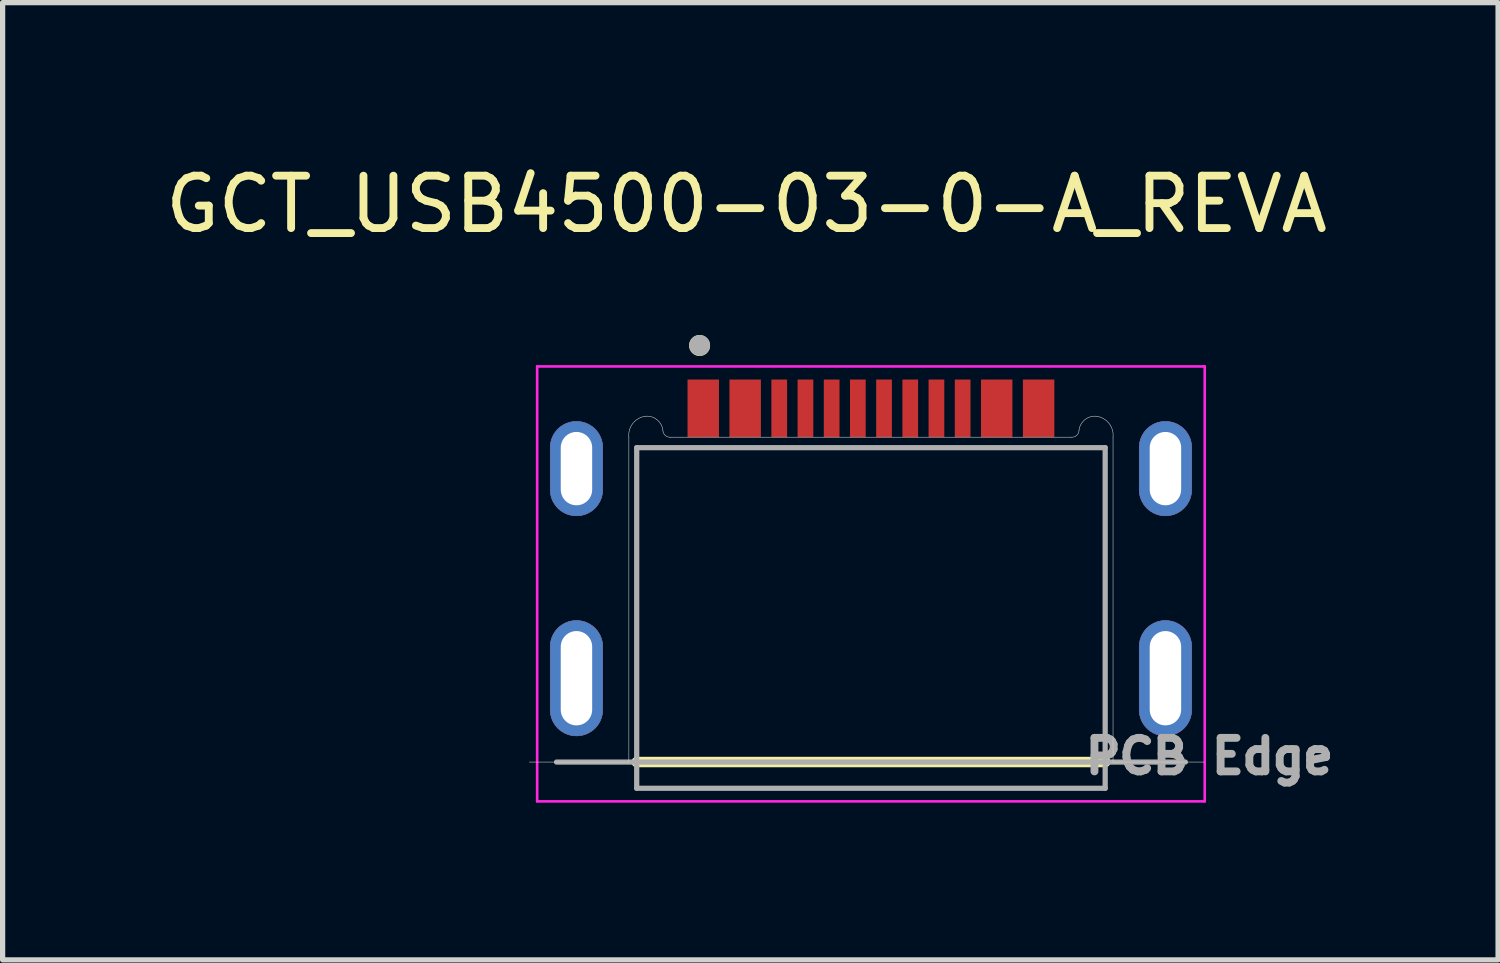
<source format=kicad_pcb>
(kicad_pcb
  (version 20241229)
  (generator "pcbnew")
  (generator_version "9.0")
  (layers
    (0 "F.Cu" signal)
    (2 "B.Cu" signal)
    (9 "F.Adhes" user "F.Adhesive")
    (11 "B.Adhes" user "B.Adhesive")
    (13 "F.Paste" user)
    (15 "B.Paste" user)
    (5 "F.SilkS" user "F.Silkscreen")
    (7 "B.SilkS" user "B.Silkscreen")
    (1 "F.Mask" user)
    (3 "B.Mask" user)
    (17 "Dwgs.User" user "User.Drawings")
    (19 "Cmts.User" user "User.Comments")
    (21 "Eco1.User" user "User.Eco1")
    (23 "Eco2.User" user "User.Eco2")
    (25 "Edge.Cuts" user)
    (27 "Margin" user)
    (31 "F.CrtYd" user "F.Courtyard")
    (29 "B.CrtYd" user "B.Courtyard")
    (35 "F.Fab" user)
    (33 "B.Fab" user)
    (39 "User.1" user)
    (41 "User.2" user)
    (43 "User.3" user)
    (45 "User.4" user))
  (footprint "GCT_USB4500-03-0-A_REVA"
    (layer "F.Cu")
    (at 13.571 9.893)
    (property "Reference" "GCT_USB4500-03-0-A_REVA" (at -2.375 -9.045 0) (layer "F.SilkS") (effects (font (size 1 1) (thickness 0.15))))
    (attr smd)
    (fp_poly (pts (xy -5.62 -3.1) (xy -5.646 -3.101) (xy -5.672 -3.103) (xy -5.698 -3.106) (xy -5.724 -3.111) (xy -5.749 -3.117) (xy -5.775 -3.124) (xy -5.799 -3.133) (xy -5.823 -3.143) (xy -5.847 -3.154) (xy -5.87 -3.167) (xy -5.892 -3.181) (xy -5.914 -3.195) (xy -5.935 -3.211) (xy -5.955 -3.228) (xy -5.974 -3.246) (xy -5.992 -3.265) (xy -6.009 -3.285) (xy -6.025 -3.306) (xy -6.039 -3.328) (xy -6.053 -3.35) (xy -6.066 -3.373) (xy -6.077 -3.397) (xy -6.087 -3.421) (xy -6.096 -3.445) (xy -6.103 -3.471) (xy -6.109 -3.496) (xy -6.114 -3.522) (xy -6.117 -3.548) (xy -6.119 -3.574) (xy -6.12 -3.6) (xy -6.12 -4.4) (xy -6.119 -4.426) (xy -6.117 -4.452) (xy -6.114 -4.478) (xy -6.109 -4.504) (xy -6.103 -4.529) (xy -6.096 -4.555) (xy -6.087 -4.579) (xy -6.077 -4.603) (xy -6.066 -4.627) (xy -6.053 -4.65) (xy -6.039 -4.672) (xy -6.025 -4.694) (xy -6.009 -4.715) (xy -5.992 -4.735) (xy -5.974 -4.754) (xy -5.955 -4.772) (xy -5.935 -4.789) (xy -5.914 -4.805) (xy -5.892 -4.819) (xy -5.87 -4.833) (xy -5.847 -4.846) (xy -5.823 -4.857) (xy -5.799 -4.867) (xy -5.775 -4.876) (xy -5.749 -4.883) (xy -5.724 -4.889) (xy -5.698 -4.894) (xy -5.672 -4.897) (xy -5.646 -4.899) (xy -5.62 -4.9) (xy -5.594 -4.899) (xy -5.568 -4.897) (xy -5.542 -4.894) (xy -5.516 -4.889) (xy -5.491 -4.883) (xy -5.465 -4.876) (xy -5.441 -4.867) (xy -5.417 -4.857) (xy -5.393 -4.846) (xy -5.37 -4.833) (xy -5.348 -4.819) (xy -5.326 -4.805) (xy -5.305 -4.789) (xy -5.285 -4.772) (xy -5.266 -4.754) (xy -5.248 -4.735) (xy -5.231 -4.715) (xy -5.215 -4.694) (xy -5.201 -4.672) (xy -5.187 -4.65) (xy -5.174 -4.627) (xy -5.163 -4.603) (xy -5.153 -4.579) (xy -5.144 -4.555) (xy -5.137 -4.529) (xy -5.131 -4.504) (xy -5.126 -4.478) (xy -5.123 -4.452) (xy -5.121 -4.426) (xy -5.12 -4.4) (xy -5.12 -3.6) (xy -5.121 -3.574) (xy -5.123 -3.548) (xy -5.126 -3.522) (xy -5.131 -3.496) (xy -5.137 -3.471) (xy -5.144 -3.445) (xy -5.153 -3.421) (xy -5.163 -3.397) (xy -5.174 -3.373) (xy -5.187 -3.35) (xy -5.201 -3.328) (xy -5.215 -3.306) (xy -5.231 -3.285) (xy -5.248 -3.265) (xy -5.266 -3.246) (xy -5.285 -3.228) (xy -5.305 -3.211) (xy -5.326 -3.195) (xy -5.348 -3.181) (xy -5.37 -3.167) (xy -5.393 -3.154) (xy -5.417 -3.143) (xy -5.441 -3.133) (xy -5.465 -3.124) (xy -5.491 -3.117) (xy -5.516 -3.111) (xy -5.542 -3.106) (xy -5.568 -3.103) (xy -5.594 -3.101) (xy -5.62 -3.1)) (stroke (width 0.01) (type solid)) (fill yes) (layer "F.Cu"))
    (fp_poly (pts (xy -5.62 1.1) (xy -5.646 1.099) (xy -5.672 1.097) (xy -5.698 1.094) (xy -5.724 1.089) (xy -5.749 1.083) (xy -5.775 1.076) (xy -5.799 1.067) (xy -5.823 1.057) (xy -5.847 1.046) (xy -5.87 1.033) (xy -5.892 1.019) (xy -5.914 1.005) (xy -5.935 0.989) (xy -5.955 0.972) (xy -5.974 0.954) (xy -5.992 0.935) (xy -6.009 0.915) (xy -6.025 0.894) (xy -6.039 0.872) (xy -6.053 0.85) (xy -6.066 0.827) (xy -6.077 0.803) (xy -6.087 0.779) (xy -6.096 0.755) (xy -6.103 0.729) (xy -6.109 0.704) (xy -6.114 0.678) (xy -6.117 0.652) (xy -6.119 0.626) (xy -6.12 0.6) (xy -6.12 -0.6) (xy -6.119 -0.626) (xy -6.117 -0.652) (xy -6.114 -0.678) (xy -6.109 -0.704) (xy -6.103 -0.729) (xy -6.096 -0.755) (xy -6.087 -0.779) (xy -6.077 -0.803) (xy -6.066 -0.827) (xy -6.053 -0.85) (xy -6.039 -0.872) (xy -6.025 -0.894) (xy -6.009 -0.915) (xy -5.992 -0.935) (xy -5.974 -0.954) (xy -5.955 -0.972) (xy -5.935 -0.989) (xy -5.914 -1.005) (xy -5.892 -1.019) (xy -5.87 -1.033) (xy -5.847 -1.046) (xy -5.823 -1.057) (xy -5.799 -1.067) (xy -5.775 -1.076) (xy -5.749 -1.083) (xy -5.724 -1.089) (xy -5.698 -1.094) (xy -5.672 -1.097) (xy -5.646 -1.099) (xy -5.62 -1.1) (xy -5.594 -1.099) (xy -5.568 -1.097) (xy -5.542 -1.094) (xy -5.516 -1.089) (xy -5.491 -1.083) (xy -5.465 -1.076) (xy -5.441 -1.067) (xy -5.417 -1.057) (xy -5.393 -1.046) (xy -5.37 -1.033) (xy -5.348 -1.019) (xy -5.326 -1.005) (xy -5.305 -0.989) (xy -5.285 -0.972) (xy -5.266 -0.954) (xy -5.248 -0.935) (xy -5.231 -0.915) (xy -5.215 -0.894) (xy -5.201 -0.872) (xy -5.187 -0.85) (xy -5.174 -0.827) (xy -5.163 -0.803) (xy -5.153 -0.779) (xy -5.144 -0.755) (xy -5.137 -0.729) (xy -5.131 -0.704) (xy -5.126 -0.678) (xy -5.123 -0.652) (xy -5.121 -0.626) (xy -5.12 -0.6) (xy -5.12 0.6) (xy -5.121 0.626) (xy -5.123 0.652) (xy -5.126 0.678) (xy -5.131 0.704) (xy -5.137 0.729) (xy -5.144 0.755) (xy -5.153 0.779) (xy -5.163 0.803) (xy -5.174 0.827) (xy -5.187 0.85) (xy -5.201 0.872) (xy -5.215 0.894) (xy -5.231 0.915) (xy -5.248 0.935) (xy -5.266 0.954) (xy -5.285 0.972) (xy -5.305 0.989) (xy -5.326 1.005) (xy -5.348 1.019) (xy -5.37 1.033) (xy -5.393 1.046) (xy -5.417 1.057) (xy -5.441 1.067) (xy -5.465 1.076) (xy -5.491 1.083) (xy -5.516 1.089) (xy -5.542 1.094) (xy -5.568 1.097) (xy -5.594 1.099) (xy -5.62 1.1)) (stroke (width 0.01) (type solid)) (fill yes) (layer "F.Cu"))
    (fp_poly (pts (xy 5.62 -3.1) (xy 5.594 -3.101) (xy 5.568 -3.103) (xy 5.542 -3.106) (xy 5.516 -3.111) (xy 5.491 -3.117) (xy 5.465 -3.124) (xy 5.441 -3.133) (xy 5.417 -3.143) (xy 5.393 -3.154) (xy 5.37 -3.167) (xy 5.348 -3.181) (xy 5.326 -3.195) (xy 5.305 -3.211) (xy 5.285 -3.228) (xy 5.266 -3.246) (xy 5.248 -3.265) (xy 5.231 -3.285) (xy 5.215 -3.306) (xy 5.201 -3.328) (xy 5.187 -3.35) (xy 5.174 -3.373) (xy 5.163 -3.397) (xy 5.153 -3.421) (xy 5.144 -3.445) (xy 5.137 -3.471) (xy 5.131 -3.496) (xy 5.126 -3.522) (xy 5.123 -3.548) (xy 5.121 -3.574) (xy 5.12 -3.6) (xy 5.12 -4.4) (xy 5.121 -4.426) (xy 5.123 -4.452) (xy 5.126 -4.478) (xy 5.131 -4.504) (xy 5.137 -4.529) (xy 5.144 -4.555) (xy 5.153 -4.579) (xy 5.163 -4.603) (xy 5.174 -4.627) (xy 5.187 -4.65) (xy 5.201 -4.672) (xy 5.215 -4.694) (xy 5.231 -4.715) (xy 5.248 -4.735) (xy 5.266 -4.754) (xy 5.285 -4.772) (xy 5.305 -4.789) (xy 5.326 -4.805) (xy 5.348 -4.819) (xy 5.37 -4.833) (xy 5.393 -4.846) (xy 5.417 -4.857) (xy 5.441 -4.867) (xy 5.465 -4.876) (xy 5.491 -4.883) (xy 5.516 -4.889) (xy 5.542 -4.894) (xy 5.568 -4.897) (xy 5.594 -4.899) (xy 5.62 -4.9) (xy 5.646 -4.899) (xy 5.672 -4.897) (xy 5.698 -4.894) (xy 5.724 -4.889) (xy 5.749 -4.883) (xy 5.775 -4.876) (xy 5.799 -4.867) (xy 5.823 -4.857) (xy 5.847 -4.846) (xy 5.87 -4.833) (xy 5.892 -4.819) (xy 5.914 -4.805) (xy 5.935 -4.789) (xy 5.955 -4.772) (xy 5.974 -4.754) (xy 5.992 -4.735) (xy 6.009 -4.715) (xy 6.025 -4.694) (xy 6.039 -4.672) (xy 6.053 -4.65) (xy 6.066 -4.627) (xy 6.077 -4.603) (xy 6.087 -4.579) (xy 6.096 -4.555) (xy 6.103 -4.529) (xy 6.109 -4.504) (xy 6.114 -4.478) (xy 6.117 -4.452) (xy 6.119 -4.426) (xy 6.12 -4.4) (xy 6.12 -3.6) (xy 6.119 -3.574) (xy 6.117 -3.548) (xy 6.114 -3.522) (xy 6.109 -3.496) (xy 6.103 -3.471) (xy 6.096 -3.445) (xy 6.087 -3.421) (xy 6.077 -3.397) (xy 6.066 -3.373) (xy 6.053 -3.35) (xy 6.039 -3.328) (xy 6.025 -3.306) (xy 6.009 -3.285) (xy 5.992 -3.265) (xy 5.974 -3.246) (xy 5.955 -3.228) (xy 5.935 -3.211) (xy 5.914 -3.195) (xy 5.892 -3.181) (xy 5.87 -3.167) (xy 5.847 -3.154) (xy 5.823 -3.143) (xy 5.799 -3.133) (xy 5.775 -3.124) (xy 5.749 -3.117) (xy 5.724 -3.111) (xy 5.698 -3.106) (xy 5.672 -3.103) (xy 5.646 -3.101) (xy 5.62 -3.1)) (stroke (width 0.01) (type solid)) (fill yes) (layer "F.Cu"))
    (fp_poly (pts (xy 5.62 1.1) (xy 5.594 1.099) (xy 5.568 1.097) (xy 5.542 1.094) (xy 5.516 1.089) (xy 5.491 1.083) (xy 5.465 1.076) (xy 5.441 1.067) (xy 5.417 1.057) (xy 5.393 1.046) (xy 5.37 1.033) (xy 5.348 1.019) (xy 5.326 1.005) (xy 5.305 0.989) (xy 5.285 0.972) (xy 5.266 0.954) (xy 5.248 0.935) (xy 5.231 0.915) (xy 5.215 0.894) (xy 5.201 0.872) (xy 5.187 0.85) (xy 5.174 0.827) (xy 5.163 0.803) (xy 5.153 0.779) (xy 5.144 0.755) (xy 5.137 0.729) (xy 5.131 0.704) (xy 5.126 0.678) (xy 5.123 0.652) (xy 5.121 0.626) (xy 5.12 0.6) (xy 5.12 -0.6) (xy 5.121 -0.626) (xy 5.123 -0.652) (xy 5.126 -0.678) (xy 5.131 -0.704) (xy 5.137 -0.729) (xy 5.144 -0.755) (xy 5.153 -0.779) (xy 5.163 -0.803) (xy 5.174 -0.827) (xy 5.187 -0.85) (xy 5.201 -0.872) (xy 5.215 -0.894) (xy 5.231 -0.915) (xy 5.248 -0.935) (xy 5.266 -0.954) (xy 5.285 -0.972) (xy 5.305 -0.989) (xy 5.326 -1.005) (xy 5.348 -1.019) (xy 5.37 -1.033) (xy 5.393 -1.046) (xy 5.417 -1.057) (xy 5.441 -1.067) (xy 5.465 -1.076) (xy 5.491 -1.083) (xy 5.516 -1.089) (xy 5.542 -1.094) (xy 5.568 -1.097) (xy 5.594 -1.099) (xy 5.62 -1.1) (xy 5.646 -1.099) (xy 5.672 -1.097) (xy 5.698 -1.094) (xy 5.724 -1.089) (xy 5.749 -1.083) (xy 5.775 -1.076) (xy 5.799 -1.067) (xy 5.823 -1.057) (xy 5.847 -1.046) (xy 5.87 -1.033) (xy 5.892 -1.019) (xy 5.914 -1.005) (xy 5.935 -0.989) (xy 5.955 -0.972) (xy 5.974 -0.954) (xy 5.992 -0.935) (xy 6.009 -0.915) (xy 6.025 -0.894) (xy 6.039 -0.872) (xy 6.053 -0.85) (xy 6.066 -0.827) (xy 6.077 -0.803) (xy 6.087 -0.779) (xy 6.096 -0.755) (xy 6.103 -0.729) (xy 6.109 -0.704) (xy 6.114 -0.678) (xy 6.117 -0.652) (xy 6.119 -0.626) (xy 6.12 -0.6) (xy 6.12 0.6) (xy 6.119 0.626) (xy 6.117 0.652) (xy 6.114 0.678) (xy 6.109 0.704) (xy 6.103 0.729) (xy 6.096 0.755) (xy 6.087 0.779) (xy 6.077 0.803) (xy 6.066 0.827) (xy 6.053 0.85) (xy 6.039 0.872) (xy 6.025 0.894) (xy 6.009 0.915) (xy 5.992 0.935) (xy 5.974 0.954) (xy 5.955 0.972) (xy 5.935 0.989) (xy 5.914 1.005) (xy 5.892 1.019) (xy 5.87 1.033) (xy 5.847 1.046) (xy 5.823 1.057) (xy 5.799 1.067) (xy 5.775 1.076) (xy 5.749 1.083) (xy 5.724 1.089) (xy 5.698 1.094) (xy 5.672 1.097) (xy 5.646 1.099) (xy 5.62 1.1)) (stroke (width 0.01) (type solid)) (fill yes) (layer "F.Cu"))
    (fp_poly (pts (xy -6.22 -3.6) (xy -6.22 -4.4) (xy -6.219 -4.431) (xy -6.217 -4.463) (xy -6.213 -4.494) (xy -6.207 -4.525) (xy -6.2 -4.555) (xy -6.191 -4.585) (xy -6.18 -4.615) (xy -6.168 -4.644) (xy -6.155 -4.672) (xy -6.14 -4.7) (xy -6.123 -4.727) (xy -6.105 -4.753) (xy -6.086 -4.778) (xy -6.066 -4.801) (xy -6.044 -4.824) (xy -6.021 -4.846) (xy -5.998 -4.866) (xy -5.973 -4.885) (xy -5.947 -4.903) (xy -5.92 -4.92) (xy -5.892 -4.935) (xy -5.864 -4.948) (xy -5.835 -4.96) (xy -5.805 -4.971) (xy -5.775 -4.98) (xy -5.745 -4.987) (xy -5.714 -4.993) (xy -5.683 -4.997) (xy -5.651 -4.999) (xy -5.62 -5) (xy -5.589 -4.999) (xy -5.557 -4.997) (xy -5.526 -4.993) (xy -5.495 -4.987) (xy -5.465 -4.98) (xy -5.435 -4.971) (xy -5.405 -4.96) (xy -5.376 -4.948) (xy -5.348 -4.935) (xy -5.32 -4.92) (xy -5.293 -4.903) (xy -5.267 -4.885) (xy -5.242 -4.866) (xy -5.219 -4.846) (xy -5.196 -4.824) (xy -5.174 -4.801) (xy -5.154 -4.778) (xy -5.135 -4.753) (xy -5.117 -4.727) (xy -5.1 -4.7) (xy -5.085 -4.672) (xy -5.072 -4.644) (xy -5.06 -4.615) (xy -5.049 -4.585) (xy -5.04 -4.555) (xy -5.033 -4.525) (xy -5.027 -4.494) (xy -5.023 -4.463) (xy -5.021 -4.431) (xy -5.02 -4.4) (xy -5.02 -3.6) (xy -5.021 -3.569) (xy -5.023 -3.537) (xy -5.027 -3.506) (xy -5.033 -3.475) (xy -5.04 -3.445) (xy -5.049 -3.415) (xy -5.06 -3.385) (xy -5.072 -3.356) (xy -5.085 -3.328) (xy -5.1 -3.3) (xy -5.117 -3.273) (xy -5.135 -3.247) (xy -5.154 -3.222) (xy -5.174 -3.199) (xy -5.196 -3.176) (xy -5.219 -3.154) (xy -5.242 -3.134) (xy -5.267 -3.115) (xy -5.293 -3.097) (xy -5.32 -3.08) (xy -5.348 -3.065) (xy -5.376 -3.052) (xy -5.405 -3.04) (xy -5.435 -3.029) (xy -5.465 -3.02) (xy -5.495 -3.013) (xy -5.526 -3.007) (xy -5.557 -3.003) (xy -5.589 -3.001) (xy -5.62 -3) (xy -5.651 -3.001) (xy -5.683 -3.003) (xy -5.714 -3.007) (xy -5.745 -3.013) (xy -5.775 -3.02) (xy -5.805 -3.029) (xy -5.835 -3.04) (xy -5.864 -3.052) (xy -5.892 -3.065) (xy -5.92 -3.08) (xy -5.947 -3.097) (xy -5.973 -3.115) (xy -5.998 -3.134) (xy -6.021 -3.154) (xy -6.044 -3.176) (xy -6.066 -3.199) (xy -6.086 -3.222) (xy -6.105 -3.247) (xy -6.123 -3.273) (xy -6.14 -3.3) (xy -6.155 -3.328) (xy -6.168 -3.356) (xy -6.18 -3.385) (xy -6.191 -3.415) (xy -6.2 -3.445) (xy -6.207 -3.475) (xy -6.213 -3.506) (xy -6.217 -3.537) (xy -6.219 -3.569) (xy -6.22 -3.6)) (stroke (width 0.01) (type solid)) (fill yes) (layer "F.Mask"))
    (fp_poly (pts (xy -6.22 0.6) (xy -6.22 -0.6) (xy -6.219 -0.631) (xy -6.217 -0.663) (xy -6.213 -0.694) (xy -6.207 -0.725) (xy -6.2 -0.755) (xy -6.191 -0.785) (xy -6.18 -0.815) (xy -6.168 -0.844) (xy -6.155 -0.872) (xy -6.14 -0.9) (xy -6.123 -0.927) (xy -6.105 -0.953) (xy -6.086 -0.978) (xy -6.066 -1.001) (xy -6.044 -1.024) (xy -6.021 -1.046) (xy -5.998 -1.066) (xy -5.973 -1.085) (xy -5.947 -1.103) (xy -5.92 -1.12) (xy -5.892 -1.135) (xy -5.864 -1.148) (xy -5.835 -1.16) (xy -5.805 -1.171) (xy -5.775 -1.18) (xy -5.745 -1.187) (xy -5.714 -1.193) (xy -5.683 -1.197) (xy -5.651 -1.199) (xy -5.62 -1.2) (xy -5.589 -1.199) (xy -5.557 -1.197) (xy -5.526 -1.193) (xy -5.495 -1.187) (xy -5.465 -1.18) (xy -5.435 -1.171) (xy -5.405 -1.16) (xy -5.376 -1.148) (xy -5.348 -1.135) (xy -5.32 -1.12) (xy -5.293 -1.103) (xy -5.267 -1.085) (xy -5.242 -1.066) (xy -5.219 -1.046) (xy -5.196 -1.024) (xy -5.174 -1.001) (xy -5.154 -0.978) (xy -5.135 -0.953) (xy -5.117 -0.927) (xy -5.1 -0.9) (xy -5.085 -0.872) (xy -5.072 -0.844) (xy -5.06 -0.815) (xy -5.049 -0.785) (xy -5.04 -0.755) (xy -5.033 -0.725) (xy -5.027 -0.694) (xy -5.023 -0.663) (xy -5.021 -0.631) (xy -5.02 -0.6) (xy -5.02 0.6) (xy -5.021 0.631) (xy -5.023 0.663) (xy -5.027 0.694) (xy -5.033 0.725) (xy -5.04 0.755) (xy -5.049 0.785) (xy -5.06 0.815) (xy -5.072 0.844) (xy -5.085 0.872) (xy -5.1 0.9) (xy -5.117 0.927) (xy -5.135 0.953) (xy -5.154 0.978) (xy -5.174 1.001) (xy -5.196 1.024) (xy -5.219 1.046) (xy -5.242 1.066) (xy -5.267 1.085) (xy -5.293 1.103) (xy -5.32 1.12) (xy -5.348 1.135) (xy -5.376 1.148) (xy -5.405 1.16) (xy -5.435 1.171) (xy -5.465 1.18) (xy -5.495 1.187) (xy -5.526 1.193) (xy -5.557 1.197) (xy -5.589 1.199) (xy -5.62 1.2) (xy -5.651 1.199) (xy -5.683 1.197) (xy -5.714 1.193) (xy -5.745 1.187) (xy -5.775 1.18) (xy -5.805 1.171) (xy -5.835 1.16) (xy -5.864 1.148) (xy -5.892 1.135) (xy -5.92 1.12) (xy -5.947 1.103) (xy -5.973 1.085) (xy -5.998 1.066) (xy -6.021 1.046) (xy -6.044 1.024) (xy -6.066 1.001) (xy -6.086 0.978) (xy -6.105 0.953) (xy -6.123 0.927) (xy -6.14 0.9) (xy -6.155 0.872) (xy -6.168 0.844) (xy -6.18 0.815) (xy -6.191 0.785) (xy -6.2 0.755) (xy -6.207 0.725) (xy -6.213 0.694) (xy -6.217 0.663) (xy -6.219 0.631) (xy -6.22 0.6)) (stroke (width 0.01) (type solid)) (fill yes) (layer "F.Mask"))
    (fp_poly (pts (xy 5.02 -3.6) (xy 5.02 -4.4) (xy 5.021 -4.431) (xy 5.023 -4.463) (xy 5.027 -4.494) (xy 5.033 -4.525) (xy 5.04 -4.555) (xy 5.049 -4.585) (xy 5.06 -4.615) (xy 5.072 -4.644) (xy 5.085 -4.672) (xy 5.1 -4.7) (xy 5.117 -4.727) (xy 5.135 -4.753) (xy 5.154 -4.778) (xy 5.174 -4.801) (xy 5.196 -4.824) (xy 5.219 -4.846) (xy 5.242 -4.866) (xy 5.267 -4.885) (xy 5.293 -4.903) (xy 5.32 -4.92) (xy 5.348 -4.935) (xy 5.376 -4.948) (xy 5.405 -4.96) (xy 5.435 -4.971) (xy 5.465 -4.98) (xy 5.495 -4.987) (xy 5.526 -4.993) (xy 5.557 -4.997) (xy 5.589 -4.999) (xy 5.62 -5) (xy 5.651 -4.999) (xy 5.683 -4.997) (xy 5.714 -4.993) (xy 5.745 -4.987) (xy 5.775 -4.98) (xy 5.805 -4.971) (xy 5.835 -4.96) (xy 5.864 -4.948) (xy 5.892 -4.935) (xy 5.92 -4.92) (xy 5.947 -4.903) (xy 5.973 -4.885) (xy 5.998 -4.866) (xy 6.021 -4.846) (xy 6.044 -4.824) (xy 6.066 -4.801) (xy 6.086 -4.778) (xy 6.105 -4.753) (xy 6.123 -4.727) (xy 6.14 -4.7) (xy 6.155 -4.672) (xy 6.168 -4.644) (xy 6.18 -4.615) (xy 6.191 -4.585) (xy 6.2 -4.555) (xy 6.207 -4.525) (xy 6.213 -4.494) (xy 6.217 -4.463) (xy 6.219 -4.431) (xy 6.22 -4.4) (xy 6.22 -3.6) (xy 6.219 -3.569) (xy 6.217 -3.537) (xy 6.213 -3.506) (xy 6.207 -3.475) (xy 6.2 -3.445) (xy 6.191 -3.415) (xy 6.18 -3.385) (xy 6.168 -3.356) (xy 6.155 -3.328) (xy 6.14 -3.3) (xy 6.123 -3.273) (xy 6.105 -3.247) (xy 6.086 -3.222) (xy 6.066 -3.199) (xy 6.044 -3.176) (xy 6.021 -3.154) (xy 5.998 -3.134) (xy 5.973 -3.115) (xy 5.947 -3.097) (xy 5.92 -3.08) (xy 5.892 -3.065) (xy 5.864 -3.052) (xy 5.835 -3.04) (xy 5.805 -3.029) (xy 5.775 -3.02) (xy 5.745 -3.013) (xy 5.714 -3.007) (xy 5.683 -3.003) (xy 5.651 -3.001) (xy 5.62 -3) (xy 5.589 -3.001) (xy 5.557 -3.003) (xy 5.526 -3.007) (xy 5.495 -3.013) (xy 5.465 -3.02) (xy 5.435 -3.029) (xy 5.405 -3.04) (xy 5.376 -3.052) (xy 5.348 -3.065) (xy 5.32 -3.08) (xy 5.293 -3.097) (xy 5.267 -3.115) (xy 5.242 -3.134) (xy 5.219 -3.154) (xy 5.196 -3.176) (xy 5.174 -3.199) (xy 5.154 -3.222) (xy 5.135 -3.247) (xy 5.117 -3.273) (xy 5.1 -3.3) (xy 5.085 -3.328) (xy 5.072 -3.356) (xy 5.06 -3.385) (xy 5.049 -3.415) (xy 5.04 -3.445) (xy 5.033 -3.475) (xy 5.027 -3.506) (xy 5.023 -3.537) (xy 5.021 -3.569) (xy 5.02 -3.6)) (stroke (width 0.01) (type solid)) (fill yes) (layer "F.Mask"))
    (fp_poly (pts (xy 5.02 0) (xy 5.02 -0.6) (xy 5.021 -0.631) (xy 5.023 -0.663) (xy 5.027 -0.694) (xy 5.033 -0.725) (xy 5.04 -0.755) (xy 5.049 -0.785) (xy 5.06 -0.815) (xy 5.072 -0.844) (xy 5.085 -0.872) (xy 5.1 -0.9) (xy 5.117 -0.927) (xy 5.135 -0.953) (xy 5.154 -0.978) (xy 5.174 -1.001) (xy 5.196 -1.024) (xy 5.219 -1.046) (xy 5.242 -1.066) (xy 5.267 -1.085) (xy 5.293 -1.103) (xy 5.32 -1.12) (xy 5.348 -1.135) (xy 5.376 -1.148) (xy 5.405 -1.16) (xy 5.435 -1.171) (xy 5.465 -1.18) (xy 5.495 -1.187) (xy 5.526 -1.193) (xy 5.557 -1.197) (xy 5.589 -1.199) (xy 5.62 -1.2) (xy 5.651 -1.199) (xy 5.683 -1.197) (xy 5.714 -1.193) (xy 5.745 -1.187) (xy 5.775 -1.18) (xy 5.805 -1.171) (xy 5.835 -1.16) (xy 5.864 -1.148) (xy 5.892 -1.135) (xy 5.92 -1.12) (xy 5.947 -1.103) (xy 5.973 -1.085) (xy 5.998 -1.066) (xy 6.021 -1.046) (xy 6.044 -1.024) (xy 6.066 -1.001) (xy 6.086 -0.978) (xy 6.105 -0.953) (xy 6.123 -0.927) (xy 6.14 -0.9) (xy 6.155 -0.872) (xy 6.168 -0.844) (xy 6.18 -0.815) (xy 6.191 -0.785) (xy 6.2 -0.755) (xy 6.207 -0.725) (xy 6.213 -0.694) (xy 6.217 -0.663) (xy 6.219 -0.631) (xy 6.22 -0.6) (xy 6.22 0) (xy 6.22 0.6) (xy 6.219 0.631) (xy 6.217 0.663) (xy 6.213 0.694) (xy 6.207 0.725) (xy 6.2 0.755) (xy 6.191 0.785) (xy 6.18 0.815) (xy 6.168 0.844) (xy 6.155 0.872) (xy 6.14 0.9) (xy 6.123 0.927) (xy 6.105 0.953) (xy 6.086 0.978) (xy 6.066 1.001) (xy 6.044 1.024) (xy 6.021 1.046) (xy 5.998 1.066) (xy 5.973 1.085) (xy 5.947 1.103) (xy 5.92 1.12) (xy 5.892 1.135) (xy 5.864 1.148) (xy 5.835 1.16) (xy 5.805 1.171) (xy 5.775 1.18) (xy 5.745 1.187) (xy 5.714 1.193) (xy 5.683 1.197) (xy 5.651 1.199) (xy 5.62 1.2) (xy 5.589 1.199) (xy 5.557 1.197) (xy 5.526 1.193) (xy 5.495 1.187) (xy 5.465 1.18) (xy 5.435 1.171) (xy 5.405 1.16) (xy 5.376 1.148) (xy 5.348 1.135) (xy 5.32 1.12) (xy 5.293 1.103) (xy 5.267 1.085) (xy 5.242 1.066) (xy 5.219 1.046) (xy 5.196 1.024) (xy 5.174 1.001) (xy 5.154 0.978) (xy 5.135 0.953) (xy 5.117 0.927) (xy 5.1 0.9) (xy 5.085 0.872) (xy 5.072 0.844) (xy 5.06 0.815) (xy 5.049 0.785) (xy 5.04 0.755) (xy 5.033 0.725) (xy 5.027 0.694) (xy 5.023 0.663) (xy 5.021 0.631) (xy 5.02 0.6) (xy 5.02 0)) (stroke (width 0.01) (type solid)) (fill yes) (layer "F.Mask"))
    (fp_poly (pts (xy -5.62 -3.1) (xy -5.646 -3.101) (xy -5.672 -3.103) (xy -5.698 -3.106) (xy -5.724 -3.111) (xy -5.749 -3.117) (xy -5.775 -3.124) (xy -5.799 -3.133) (xy -5.823 -3.143) (xy -5.847 -3.154) (xy -5.87 -3.167) (xy -5.892 -3.181) (xy -5.914 -3.195) (xy -5.935 -3.211) (xy -5.955 -3.228) (xy -5.974 -3.246) (xy -5.992 -3.265) (xy -6.009 -3.285) (xy -6.025 -3.306) (xy -6.039 -3.328) (xy -6.053 -3.35) (xy -6.066 -3.373) (xy -6.077 -3.397) (xy -6.087 -3.421) (xy -6.096 -3.445) (xy -6.103 -3.471) (xy -6.109 -3.496) (xy -6.114 -3.522) (xy -6.117 -3.548) (xy -6.119 -3.574) (xy -6.12 -3.6) (xy -6.12 -4.4) (xy -6.119 -4.426) (xy -6.117 -4.452) (xy -6.114 -4.478) (xy -6.109 -4.504) (xy -6.103 -4.529) (xy -6.096 -4.555) (xy -6.087 -4.579) (xy -6.077 -4.603) (xy -6.066 -4.627) (xy -6.053 -4.65) (xy -6.039 -4.672) (xy -6.025 -4.694) (xy -6.009 -4.715) (xy -5.992 -4.735) (xy -5.974 -4.754) (xy -5.955 -4.772) (xy -5.935 -4.789) (xy -5.914 -4.805) (xy -5.892 -4.819) (xy -5.87 -4.833) (xy -5.847 -4.846) (xy -5.823 -4.857) (xy -5.799 -4.867) (xy -5.775 -4.876) (xy -5.749 -4.883) (xy -5.724 -4.889) (xy -5.698 -4.894) (xy -5.672 -4.897) (xy -5.646 -4.899) (xy -5.62 -4.9) (xy -5.594 -4.899) (xy -5.568 -4.897) (xy -5.542 -4.894) (xy -5.516 -4.889) (xy -5.491 -4.883) (xy -5.465 -4.876) (xy -5.441 -4.867) (xy -5.417 -4.857) (xy -5.393 -4.846) (xy -5.37 -4.833) (xy -5.348 -4.819) (xy -5.326 -4.805) (xy -5.305 -4.789) (xy -5.285 -4.772) (xy -5.266 -4.754) (xy -5.248 -4.735) (xy -5.231 -4.715) (xy -5.215 -4.694) (xy -5.201 -4.672) (xy -5.187 -4.65) (xy -5.174 -4.627) (xy -5.163 -4.603) (xy -5.153 -4.579) (xy -5.144 -4.555) (xy -5.137 -4.529) (xy -5.131 -4.504) (xy -5.126 -4.478) (xy -5.123 -4.452) (xy -5.121 -4.426) (xy -5.12 -4.4) (xy -5.12 -3.6) (xy -5.121 -3.574) (xy -5.123 -3.548) (xy -5.126 -3.522) (xy -5.131 -3.496) (xy -5.137 -3.471) (xy -5.144 -3.445) (xy -5.153 -3.421) (xy -5.163 -3.397) (xy -5.174 -3.373) (xy -5.187 -3.35) (xy -5.201 -3.328) (xy -5.215 -3.306) (xy -5.231 -3.285) (xy -5.248 -3.265) (xy -5.266 -3.246) (xy -5.285 -3.228) (xy -5.305 -3.211) (xy -5.326 -3.195) (xy -5.348 -3.181) (xy -5.37 -3.167) (xy -5.393 -3.154) (xy -5.417 -3.143) (xy -5.441 -3.133) (xy -5.465 -3.124) (xy -5.491 -3.117) (xy -5.516 -3.111) (xy -5.542 -3.106) (xy -5.568 -3.103) (xy -5.594 -3.101) (xy -5.62 -3.1)) (stroke (width 0.01) (type solid)) (fill yes) (layer "B.Cu"))
    (fp_poly (pts (xy -5.62 1.1) (xy -5.646 1.099) (xy -5.672 1.097) (xy -5.698 1.094) (xy -5.724 1.089) (xy -5.749 1.083) (xy -5.775 1.076) (xy -5.799 1.067) (xy -5.823 1.057) (xy -5.847 1.046) (xy -5.87 1.033) (xy -5.892 1.019) (xy -5.914 1.005) (xy -5.935 0.989) (xy -5.955 0.972) (xy -5.974 0.954) (xy -5.992 0.935) (xy -6.009 0.915) (xy -6.025 0.894) (xy -6.039 0.872) (xy -6.053 0.85) (xy -6.066 0.827) (xy -6.077 0.803) (xy -6.087 0.779) (xy -6.096 0.755) (xy -6.103 0.729) (xy -6.109 0.704) (xy -6.114 0.678) (xy -6.117 0.652) (xy -6.119 0.626) (xy -6.12 0.6) (xy -6.12 -0.6) (xy -6.119 -0.626) (xy -6.117 -0.652) (xy -6.114 -0.678) (xy -6.109 -0.704) (xy -6.103 -0.729) (xy -6.096 -0.755) (xy -6.087 -0.779) (xy -6.077 -0.803) (xy -6.066 -0.827) (xy -6.053 -0.85) (xy -6.039 -0.872) (xy -6.025 -0.894) (xy -6.009 -0.915) (xy -5.992 -0.935) (xy -5.974 -0.954) (xy -5.955 -0.972) (xy -5.935 -0.989) (xy -5.914 -1.005) (xy -5.892 -1.019) (xy -5.87 -1.033) (xy -5.847 -1.046) (xy -5.823 -1.057) (xy -5.799 -1.067) (xy -5.775 -1.076) (xy -5.749 -1.083) (xy -5.724 -1.089) (xy -5.698 -1.094) (xy -5.672 -1.097) (xy -5.646 -1.099) (xy -5.62 -1.1) (xy -5.594 -1.099) (xy -5.568 -1.097) (xy -5.542 -1.094) (xy -5.516 -1.089) (xy -5.491 -1.083) (xy -5.465 -1.076) (xy -5.441 -1.067) (xy -5.417 -1.057) (xy -5.393 -1.046) (xy -5.37 -1.033) (xy -5.348 -1.019) (xy -5.326 -1.005) (xy -5.305 -0.989) (xy -5.285 -0.972) (xy -5.266 -0.954) (xy -5.248 -0.935) (xy -5.231 -0.915) (xy -5.215 -0.894) (xy -5.201 -0.872) (xy -5.187 -0.85) (xy -5.174 -0.827) (xy -5.163 -0.803) (xy -5.153 -0.779) (xy -5.144 -0.755) (xy -5.137 -0.729) (xy -5.131 -0.704) (xy -5.126 -0.678) (xy -5.123 -0.652) (xy -5.121 -0.626) (xy -5.12 -0.6) (xy -5.12 0.6) (xy -5.121 0.626) (xy -5.123 0.652) (xy -5.126 0.678) (xy -5.131 0.704) (xy -5.137 0.729) (xy -5.144 0.755) (xy -5.153 0.779) (xy -5.163 0.803) (xy -5.174 0.827) (xy -5.187 0.85) (xy -5.201 0.872) (xy -5.215 0.894) (xy -5.231 0.915) (xy -5.248 0.935) (xy -5.266 0.954) (xy -5.285 0.972) (xy -5.305 0.989) (xy -5.326 1.005) (xy -5.348 1.019) (xy -5.37 1.033) (xy -5.393 1.046) (xy -5.417 1.057) (xy -5.441 1.067) (xy -5.465 1.076) (xy -5.491 1.083) (xy -5.516 1.089) (xy -5.542 1.094) (xy -5.568 1.097) (xy -5.594 1.099) (xy -5.62 1.1)) (stroke (width 0.01) (type solid)) (fill yes) (layer "B.Cu"))
    (fp_poly (pts (xy 5.62 -3.1) (xy 5.594 -3.101) (xy 5.568 -3.103) (xy 5.542 -3.106) (xy 5.516 -3.111) (xy 5.491 -3.117) (xy 5.465 -3.124) (xy 5.441 -3.133) (xy 5.417 -3.143) (xy 5.393 -3.154) (xy 5.37 -3.167) (xy 5.348 -3.181) (xy 5.326 -3.195) (xy 5.305 -3.211) (xy 5.285 -3.228) (xy 5.266 -3.246) (xy 5.248 -3.265) (xy 5.231 -3.285) (xy 5.215 -3.306) (xy 5.201 -3.328) (xy 5.187 -3.35) (xy 5.174 -3.373) (xy 5.163 -3.397) (xy 5.153 -3.421) (xy 5.144 -3.445) (xy 5.137 -3.471) (xy 5.131 -3.496) (xy 5.126 -3.522) (xy 5.123 -3.548) (xy 5.121 -3.574) (xy 5.12 -3.6) (xy 5.12 -4.4) (xy 5.121 -4.426) (xy 5.123 -4.452) (xy 5.126 -4.478) (xy 5.131 -4.504) (xy 5.137 -4.529) (xy 5.144 -4.555) (xy 5.153 -4.579) (xy 5.163 -4.603) (xy 5.174 -4.627) (xy 5.187 -4.65) (xy 5.201 -4.672) (xy 5.215 -4.694) (xy 5.231 -4.715) (xy 5.248 -4.735) (xy 5.266 -4.754) (xy 5.285 -4.772) (xy 5.305 -4.789) (xy 5.326 -4.805) (xy 5.348 -4.819) (xy 5.37 -4.833) (xy 5.393 -4.846) (xy 5.417 -4.857) (xy 5.441 -4.867) (xy 5.465 -4.876) (xy 5.491 -4.883) (xy 5.516 -4.889) (xy 5.542 -4.894) (xy 5.568 -4.897) (xy 5.594 -4.899) (xy 5.62 -4.9) (xy 5.646 -4.899) (xy 5.672 -4.897) (xy 5.698 -4.894) (xy 5.724 -4.889) (xy 5.749 -4.883) (xy 5.775 -4.876) (xy 5.799 -4.867) (xy 5.823 -4.857) (xy 5.847 -4.846) (xy 5.87 -4.833) (xy 5.892 -4.819) (xy 5.914 -4.805) (xy 5.935 -4.789) (xy 5.955 -4.772) (xy 5.974 -4.754) (xy 5.992 -4.735) (xy 6.009 -4.715) (xy 6.025 -4.694) (xy 6.039 -4.672) (xy 6.053 -4.65) (xy 6.066 -4.627) (xy 6.077 -4.603) (xy 6.087 -4.579) (xy 6.096 -4.555) (xy 6.103 -4.529) (xy 6.109 -4.504) (xy 6.114 -4.478) (xy 6.117 -4.452) (xy 6.119 -4.426) (xy 6.12 -4.4) (xy 6.12 -3.6) (xy 6.119 -3.574) (xy 6.117 -3.548) (xy 6.114 -3.522) (xy 6.109 -3.496) (xy 6.103 -3.471) (xy 6.096 -3.445) (xy 6.087 -3.421) (xy 6.077 -3.397) (xy 6.066 -3.373) (xy 6.053 -3.35) (xy 6.039 -3.328) (xy 6.025 -3.306) (xy 6.009 -3.285) (xy 5.992 -3.265) (xy 5.974 -3.246) (xy 5.955 -3.228) (xy 5.935 -3.211) (xy 5.914 -3.195) (xy 5.892 -3.181) (xy 5.87 -3.167) (xy 5.847 -3.154) (xy 5.823 -3.143) (xy 5.799 -3.133) (xy 5.775 -3.124) (xy 5.749 -3.117) (xy 5.724 -3.111) (xy 5.698 -3.106) (xy 5.672 -3.103) (xy 5.646 -3.101) (xy 5.62 -3.1)) (stroke (width 0.01) (type solid)) (fill yes) (layer "B.Cu"))
    (fp_poly (pts (xy 5.62 1.1) (xy 5.594 1.099) (xy 5.568 1.097) (xy 5.542 1.094) (xy 5.516 1.089) (xy 5.491 1.083) (xy 5.465 1.076) (xy 5.441 1.067) (xy 5.417 1.057) (xy 5.393 1.046) (xy 5.37 1.033) (xy 5.348 1.019) (xy 5.326 1.005) (xy 5.305 0.989) (xy 5.285 0.972) (xy 5.266 0.954) (xy 5.248 0.935) (xy 5.231 0.915) (xy 5.215 0.894) (xy 5.201 0.872) (xy 5.187 0.85) (xy 5.174 0.827) (xy 5.163 0.803) (xy 5.153 0.779) (xy 5.144 0.755) (xy 5.137 0.729) (xy 5.131 0.704) (xy 5.126 0.678) (xy 5.123 0.652) (xy 5.121 0.626) (xy 5.12 0.6) (xy 5.12 -0.6) (xy 5.121 -0.626) (xy 5.123 -0.652) (xy 5.126 -0.678) (xy 5.131 -0.704) (xy 5.137 -0.729) (xy 5.144 -0.755) (xy 5.153 -0.779) (xy 5.163 -0.803) (xy 5.174 -0.827) (xy 5.187 -0.85) (xy 5.201 -0.872) (xy 5.215 -0.894) (xy 5.231 -0.915) (xy 5.248 -0.935) (xy 5.266 -0.954) (xy 5.285 -0.972) (xy 5.305 -0.989) (xy 5.326 -1.005) (xy 5.348 -1.019) (xy 5.37 -1.033) (xy 5.393 -1.046) (xy 5.417 -1.057) (xy 5.441 -1.067) (xy 5.465 -1.076) (xy 5.491 -1.083) (xy 5.516 -1.089) (xy 5.542 -1.094) (xy 5.568 -1.097) (xy 5.594 -1.099) (xy 5.62 -1.1) (xy 5.646 -1.099) (xy 5.672 -1.097) (xy 5.698 -1.094) (xy 5.724 -1.089) (xy 5.749 -1.083) (xy 5.775 -1.076) (xy 5.799 -1.067) (xy 5.823 -1.057) (xy 5.847 -1.046) (xy 5.87 -1.033) (xy 5.892 -1.019) (xy 5.914 -1.005) (xy 5.935 -0.989) (xy 5.955 -0.972) (xy 5.974 -0.954) (xy 5.992 -0.935) (xy 6.009 -0.915) (xy 6.025 -0.894) (xy 6.039 -0.872) (xy 6.053 -0.85) (xy 6.066 -0.827) (xy 6.077 -0.803) (xy 6.087 -0.779) (xy 6.096 -0.755) (xy 6.103 -0.729) (xy 6.109 -0.704) (xy 6.114 -0.678) (xy 6.117 -0.652) (xy 6.119 -0.626) (xy 6.12 -0.6) (xy 6.12 0.6) (xy 6.119 0.626) (xy 6.117 0.652) (xy 6.114 0.678) (xy 6.109 0.704) (xy 6.103 0.729) (xy 6.096 0.755) (xy 6.087 0.779) (xy 6.077 0.803) (xy 6.066 0.827) (xy 6.053 0.85) (xy 6.039 0.872) (xy 6.025 0.894) (xy 6.009 0.915) (xy 5.992 0.935) (xy 5.974 0.954) (xy 5.955 0.972) (xy 5.935 0.989) (xy 5.914 1.005) (xy 5.892 1.019) (xy 5.87 1.033) (xy 5.847 1.046) (xy 5.823 1.057) (xy 5.799 1.067) (xy 5.775 1.076) (xy 5.749 1.083) (xy 5.724 1.089) (xy 5.698 1.094) (xy 5.672 1.097) (xy 5.646 1.099) (xy 5.62 1.1)) (stroke (width 0.01) (type solid)) (fill yes) (layer "B.Cu"))
    (fp_poly (pts (xy -6.22 -3.6) (xy -6.22 -4.4) (xy -6.219 -4.431) (xy -6.217 -4.463) (xy -6.213 -4.494) (xy -6.207 -4.525) (xy -6.2 -4.555) (xy -6.191 -4.585) (xy -6.18 -4.615) (xy -6.168 -4.644) (xy -6.155 -4.672) (xy -6.14 -4.7) (xy -6.123 -4.727) (xy -6.105 -4.753) (xy -6.086 -4.778) (xy -6.066 -4.801) (xy -6.044 -4.824) (xy -6.021 -4.846) (xy -5.998 -4.866) (xy -5.973 -4.885) (xy -5.947 -4.903) (xy -5.92 -4.92) (xy -5.892 -4.935) (xy -5.864 -4.948) (xy -5.835 -4.96) (xy -5.805 -4.971) (xy -5.775 -4.98) (xy -5.745 -4.987) (xy -5.714 -4.993) (xy -5.683 -4.997) (xy -5.651 -4.999) (xy -5.62 -5) (xy -5.589 -4.999) (xy -5.557 -4.997) (xy -5.526 -4.993) (xy -5.495 -4.987) (xy -5.465 -4.98) (xy -5.435 -4.971) (xy -5.405 -4.96) (xy -5.376 -4.948) (xy -5.348 -4.935) (xy -5.32 -4.92) (xy -5.293 -4.903) (xy -5.267 -4.885) (xy -5.242 -4.866) (xy -5.219 -4.846) (xy -5.196 -4.824) (xy -5.174 -4.801) (xy -5.154 -4.778) (xy -5.135 -4.753) (xy -5.117 -4.727) (xy -5.1 -4.7) (xy -5.085 -4.672) (xy -5.072 -4.644) (xy -5.06 -4.615) (xy -5.049 -4.585) (xy -5.04 -4.555) (xy -5.033 -4.525) (xy -5.027 -4.494) (xy -5.023 -4.463) (xy -5.021 -4.431) (xy -5.02 -4.4) (xy -5.02 -3.6) (xy -5.021 -3.569) (xy -5.023 -3.537) (xy -5.027 -3.506) (xy -5.033 -3.475) (xy -5.04 -3.445) (xy -5.049 -3.415) (xy -5.06 -3.385) (xy -5.072 -3.356) (xy -5.085 -3.328) (xy -5.1 -3.3) (xy -5.117 -3.273) (xy -5.135 -3.247) (xy -5.154 -3.222) (xy -5.174 -3.199) (xy -5.196 -3.176) (xy -5.219 -3.154) (xy -5.242 -3.134) (xy -5.267 -3.115) (xy -5.293 -3.097) (xy -5.32 -3.08) (xy -5.348 -3.065) (xy -5.376 -3.052) (xy -5.405 -3.04) (xy -5.435 -3.029) (xy -5.465 -3.02) (xy -5.495 -3.013) (xy -5.526 -3.007) (xy -5.557 -3.003) (xy -5.589 -3.001) (xy -5.62 -3) (xy -5.651 -3.001) (xy -5.683 -3.003) (xy -5.714 -3.007) (xy -5.745 -3.013) (xy -5.775 -3.02) (xy -5.805 -3.029) (xy -5.835 -3.04) (xy -5.864 -3.052) (xy -5.892 -3.065) (xy -5.92 -3.08) (xy -5.947 -3.097) (xy -5.973 -3.115) (xy -5.998 -3.134) (xy -6.021 -3.154) (xy -6.044 -3.176) (xy -6.066 -3.199) (xy -6.086 -3.222) (xy -6.105 -3.247) (xy -6.123 -3.273) (xy -6.14 -3.3) (xy -6.155 -3.328) (xy -6.168 -3.356) (xy -6.18 -3.385) (xy -6.191 -3.415) (xy -6.2 -3.445) (xy -6.207 -3.475) (xy -6.213 -3.506) (xy -6.217 -3.537) (xy -6.219 -3.569) (xy -6.22 -3.6)) (stroke (width 0.01) (type solid)) (fill yes) (layer "B.Mask"))
    (fp_poly (pts (xy -6.22 0.6) (xy -6.22 -0.6) (xy -6.219 -0.631) (xy -6.217 -0.663) (xy -6.213 -0.694) (xy -6.207 -0.725) (xy -6.2 -0.755) (xy -6.191 -0.785) (xy -6.18 -0.815) (xy -6.168 -0.844) (xy -6.155 -0.872) (xy -6.14 -0.9) (xy -6.123 -0.927) (xy -6.105 -0.953) (xy -6.086 -0.978) (xy -6.066 -1.001) (xy -6.044 -1.024) (xy -6.021 -1.046) (xy -5.998 -1.066) (xy -5.973 -1.085) (xy -5.947 -1.103) (xy -5.92 -1.12) (xy -5.892 -1.135) (xy -5.864 -1.148) (xy -5.835 -1.16) (xy -5.805 -1.171) (xy -5.775 -1.18) (xy -5.745 -1.187) (xy -5.714 -1.193) (xy -5.683 -1.197) (xy -5.651 -1.199) (xy -5.62 -1.2) (xy -5.589 -1.199) (xy -5.557 -1.197) (xy -5.526 -1.193) (xy -5.495 -1.187) (xy -5.465 -1.18) (xy -5.435 -1.171) (xy -5.405 -1.16) (xy -5.376 -1.148) (xy -5.348 -1.135) (xy -5.32 -1.12) (xy -5.293 -1.103) (xy -5.267 -1.085) (xy -5.242 -1.066) (xy -5.219 -1.046) (xy -5.196 -1.024) (xy -5.174 -1.001) (xy -5.154 -0.978) (xy -5.135 -0.953) (xy -5.117 -0.927) (xy -5.1 -0.9) (xy -5.085 -0.872) (xy -5.072 -0.844) (xy -5.06 -0.815) (xy -5.049 -0.785) (xy -5.04 -0.755) (xy -5.033 -0.725) (xy -5.027 -0.694) (xy -5.023 -0.663) (xy -5.021 -0.631) (xy -5.02 -0.6) (xy -5.02 0.6) (xy -5.021 0.631) (xy -5.023 0.663) (xy -5.027 0.694) (xy -5.033 0.725) (xy -5.04 0.755) (xy -5.049 0.785) (xy -5.06 0.815) (xy -5.072 0.844) (xy -5.085 0.872) (xy -5.1 0.9) (xy -5.117 0.927) (xy -5.135 0.953) (xy -5.154 0.978) (xy -5.174 1.001) (xy -5.196 1.024) (xy -5.219 1.046) (xy -5.242 1.066) (xy -5.267 1.085) (xy -5.293 1.103) (xy -5.32 1.12) (xy -5.348 1.135) (xy -5.376 1.148) (xy -5.405 1.16) (xy -5.435 1.171) (xy -5.465 1.18) (xy -5.495 1.187) (xy -5.526 1.193) (xy -5.557 1.197) (xy -5.589 1.199) (xy -5.62 1.2) (xy -5.651 1.199) (xy -5.683 1.197) (xy -5.714 1.193) (xy -5.745 1.187) (xy -5.775 1.18) (xy -5.805 1.171) (xy -5.835 1.16) (xy -5.864 1.148) (xy -5.892 1.135) (xy -5.92 1.12) (xy -5.947 1.103) (xy -5.973 1.085) (xy -5.998 1.066) (xy -6.021 1.046) (xy -6.044 1.024) (xy -6.066 1.001) (xy -6.086 0.978) (xy -6.105 0.953) (xy -6.123 0.927) (xy -6.14 0.9) (xy -6.155 0.872) (xy -6.168 0.844) (xy -6.18 0.815) (xy -6.191 0.785) (xy -6.2 0.755) (xy -6.207 0.725) (xy -6.213 0.694) (xy -6.217 0.663) (xy -6.219 0.631) (xy -6.22 0.6)) (stroke (width 0.01) (type solid)) (fill yes) (layer "B.Mask"))
    (fp_poly (pts (xy 5.02 -3.6) (xy 5.02 -4.4) (xy 5.021 -4.431) (xy 5.023 -4.463) (xy 5.027 -4.494) (xy 5.033 -4.525) (xy 5.04 -4.555) (xy 5.049 -4.585) (xy 5.06 -4.615) (xy 5.072 -4.644) (xy 5.085 -4.672) (xy 5.1 -4.7) (xy 5.117 -4.727) (xy 5.135 -4.753) (xy 5.154 -4.778) (xy 5.174 -4.801) (xy 5.196 -4.824) (xy 5.219 -4.846) (xy 5.242 -4.866) (xy 5.267 -4.885) (xy 5.293 -4.903) (xy 5.32 -4.92) (xy 5.348 -4.935) (xy 5.376 -4.948) (xy 5.405 -4.96) (xy 5.435 -4.971) (xy 5.465 -4.98) (xy 5.495 -4.987) (xy 5.526 -4.993) (xy 5.557 -4.997) (xy 5.589 -4.999) (xy 5.62 -5) (xy 5.651 -4.999) (xy 5.683 -4.997) (xy 5.714 -4.993) (xy 5.745 -4.987) (xy 5.775 -4.98) (xy 5.805 -4.971) (xy 5.835 -4.96) (xy 5.864 -4.948) (xy 5.892 -4.935) (xy 5.92 -4.92) (xy 5.947 -4.903) (xy 5.973 -4.885) (xy 5.998 -4.866) (xy 6.021 -4.846) (xy 6.044 -4.824) (xy 6.066 -4.801) (xy 6.086 -4.778) (xy 6.105 -4.753) (xy 6.123 -4.727) (xy 6.14 -4.7) (xy 6.155 -4.672) (xy 6.168 -4.644) (xy 6.18 -4.615) (xy 6.191 -4.585) (xy 6.2 -4.555) (xy 6.207 -4.525) (xy 6.213 -4.494) (xy 6.217 -4.463) (xy 6.219 -4.431) (xy 6.22 -4.4) (xy 6.22 -3.6) (xy 6.219 -3.569) (xy 6.217 -3.537) (xy 6.213 -3.506) (xy 6.207 -3.475) (xy 6.2 -3.445) (xy 6.191 -3.415) (xy 6.18 -3.385) (xy 6.168 -3.356) (xy 6.155 -3.328) (xy 6.14 -3.3) (xy 6.123 -3.273) (xy 6.105 -3.247) (xy 6.086 -3.222) (xy 6.066 -3.199) (xy 6.044 -3.176) (xy 6.021 -3.154) (xy 5.998 -3.134) (xy 5.973 -3.115) (xy 5.947 -3.097) (xy 5.92 -3.08) (xy 5.892 -3.065) (xy 5.864 -3.052) (xy 5.835 -3.04) (xy 5.805 -3.029) (xy 5.775 -3.02) (xy 5.745 -3.013) (xy 5.714 -3.007) (xy 5.683 -3.003) (xy 5.651 -3.001) (xy 5.62 -3) (xy 5.589 -3.001) (xy 5.557 -3.003) (xy 5.526 -3.007) (xy 5.495 -3.013) (xy 5.465 -3.02) (xy 5.435 -3.029) (xy 5.405 -3.04) (xy 5.376 -3.052) (xy 5.348 -3.065) (xy 5.32 -3.08) (xy 5.293 -3.097) (xy 5.267 -3.115) (xy 5.242 -3.134) (xy 5.219 -3.154) (xy 5.196 -3.176) (xy 5.174 -3.199) (xy 5.154 -3.222) (xy 5.135 -3.247) (xy 5.117 -3.273) (xy 5.1 -3.3) (xy 5.085 -3.328) (xy 5.072 -3.356) (xy 5.06 -3.385) (xy 5.049 -3.415) (xy 5.04 -3.445) (xy 5.033 -3.475) (xy 5.027 -3.506) (xy 5.023 -3.537) (xy 5.021 -3.569) (xy 5.02 -3.6)) (stroke (width 0.01) (type solid)) (fill yes) (layer "B.Mask"))
    (fp_poly (pts (xy 5.02 0.6) (xy 5.02 -0.6) (xy 5.021 -0.631) (xy 5.023 -0.663) (xy 5.027 -0.694) (xy 5.033 -0.725) (xy 5.04 -0.755) (xy 5.049 -0.785) (xy 5.06 -0.815) (xy 5.072 -0.844) (xy 5.085 -0.872) (xy 5.1 -0.9) (xy 5.117 -0.927) (xy 5.135 -0.953) (xy 5.154 -0.978) (xy 5.174 -1.001) (xy 5.196 -1.024) (xy 5.219 -1.046) (xy 5.242 -1.066) (xy 5.267 -1.085) (xy 5.293 -1.103) (xy 5.32 -1.12) (xy 5.348 -1.135) (xy 5.376 -1.148) (xy 5.405 -1.16) (xy 5.435 -1.171) (xy 5.465 -1.18) (xy 5.495 -1.187) (xy 5.526 -1.193) (xy 5.557 -1.197) (xy 5.589 -1.199) (xy 5.62 -1.2) (xy 5.651 -1.199) (xy 5.683 -1.197) (xy 5.714 -1.193) (xy 5.745 -1.187) (xy 5.775 -1.18) (xy 5.805 -1.171) (xy 5.835 -1.16) (xy 5.864 -1.148) (xy 5.892 -1.135) (xy 5.92 -1.12) (xy 5.947 -1.103) (xy 5.973 -1.085) (xy 5.998 -1.066) (xy 6.021 -1.046) (xy 6.044 -1.024) (xy 6.066 -1.001) (xy 6.086 -0.978) (xy 6.105 -0.953) (xy 6.123 -0.927) (xy 6.14 -0.9) (xy 6.155 -0.872) (xy 6.168 -0.844) (xy 6.18 -0.815) (xy 6.191 -0.785) (xy 6.2 -0.755) (xy 6.207 -0.725) (xy 6.213 -0.694) (xy 6.217 -0.663) (xy 6.219 -0.631) (xy 6.22 -0.6) (xy 6.22 0.6) (xy 6.219 0.631) (xy 6.217 0.663) (xy 6.213 0.694) (xy 6.207 0.725) (xy 6.2 0.755) (xy 6.191 0.785) (xy 6.18 0.815) (xy 6.168 0.844) (xy 6.155 0.872) (xy 6.14 0.9) (xy 6.123 0.927) (xy 6.105 0.953) (xy 6.086 0.978) (xy 6.066 1.001) (xy 6.044 1.024) (xy 6.021 1.046) (xy 5.998 1.066) (xy 5.973 1.085) (xy 5.947 1.103) (xy 5.92 1.12) (xy 5.892 1.135) (xy 5.864 1.148) (xy 5.835 1.16) (xy 5.805 1.171) (xy 5.775 1.18) (xy 5.745 1.187) (xy 5.714 1.193) (xy 5.683 1.197) (xy 5.651 1.199) (xy 5.62 1.2) (xy 5.589 1.199) (xy 5.557 1.197) (xy 5.526 1.193) (xy 5.495 1.187) (xy 5.465 1.18) (xy 5.435 1.171) (xy 5.405 1.16) (xy 5.376 1.148) (xy 5.348 1.135) (xy 5.32 1.12) (xy 5.293 1.103) (xy 5.267 1.085) (xy 5.242 1.066) (xy 5.219 1.046) (xy 5.196 1.024) (xy 5.174 1.001) (xy 5.154 0.978) (xy 5.135 0.953) (xy 5.117 0.927) (xy 5.1 0.9) (xy 5.085 0.872) (xy 5.072 0.844) (xy 5.06 0.815) (xy 5.049 0.785) (xy 5.04 0.755) (xy 5.033 0.725) (xy 5.027 0.694) (xy 5.023 0.663) (xy 5.021 0.631) (xy 5.02 0.6)) (stroke (width 0.01) (type solid)) (fill yes) (layer "B.Mask"))
    (fp_line (start -4.47 1.6) (end 4.47 1.6) (stroke (width 0.2) (type solid)) (layer "F.SilkS"))
    (fp_circle (center -3.27 -6.35) (end -3.17 -6.35) (stroke (width 0.2) (type solid)) (fill no) (layer "F.SilkS"))
    (fp_line (start -6.52 1.6) (end -4.62 1.6) (stroke (width 0.01) (type solid)) (layer "Edge.Cuts"))
    (fp_line (start -4.62 1.6) (end -4.62 -4.6) (stroke (width 0.01) (type solid)) (layer "Edge.Cuts"))
    (fp_line (start -3.82 -4.6) (end 3.82 -4.6) (stroke (width 0.01) (type solid)) (layer "Edge.Cuts"))
    (fp_line (start 4.62 -4.6) (end 4.62 1.6) (stroke (width 0.01) (type solid)) (layer "Edge.Cuts"))
    (fp_line (start 4.62 1.6) (end 6.36 1.6) (stroke (width 0.01) (type solid)) (layer "Edge.Cuts"))
    (fp_arc (start -4.62 -4.6) (mid -4.540343 -4.86731) (end -4.295 -5) (stroke (width 0.01) (type solid)) (layer "Edge.Cuts"))
    (fp_arc (start -4.295 -5) (mid -4.07451 -4.92731) (end -3.97 -4.72) (stroke (width 0.01) (type solid)) (layer "Edge.Cuts"))
    (fp_arc (start -3.82 -4.6) (mid -3.919853 -4.628934) (end -3.97 -4.72) (stroke (width 0.01) (type solid)) (layer "Edge.Cuts"))
    (fp_arc (start 3.97 -4.72) (mid 3.919853 -4.628934) (end 3.82 -4.6) (stroke (width 0.01) (type solid)) (layer "Edge.Cuts"))
    (fp_arc (start 3.97 -4.72) (mid 4.07451 -4.92731) (end 4.295 -5) (stroke (width 0.01) (type solid)) (layer "Edge.Cuts"))
    (fp_arc (start 4.295 -5) (mid 4.540343 -4.86731) (end 4.62 -4.6) (stroke (width 0.01) (type solid)) (layer "Edge.Cuts"))
    (fp_line (start -6.37 -5.95) (end 6.37 -5.95) (stroke (width 0.05) (type solid)) (layer "F.CrtYd"))
    (fp_line (start -6.37 2.35) (end -6.37 -5.95) (stroke (width 0.05) (type solid)) (layer "F.CrtYd"))
    (fp_line (start -6.37 2.35) (end 6.37 2.35) (stroke (width 0.05) (type solid)) (layer "F.CrtYd"))
    (fp_line (start 6.37 2.35) (end 6.37 -5.95) (stroke (width 0.05) (type solid)) (layer "F.CrtYd"))
    (fp_line (start -6 1.6) (end 6 1.6) (stroke (width 0.1) (type solid)) (layer "F.Fab"))
    (fp_line (start -4.47 -4.4) (end 4.47 -4.4) (stroke (width 0.1) (type solid)) (layer "F.Fab"))
    (fp_line (start -4.47 2.1) (end -4.47 -4.4) (stroke (width 0.1) (type solid)) (layer "F.Fab"))
    (fp_line (start -4.47 2.1) (end 4.47 2.1) (stroke (width 0.1) (type solid)) (layer "F.Fab"))
    (fp_line (start 4.47 2.1) (end 4.47 -4.4) (stroke (width 0.1) (type solid)) (layer "F.Fab"))
    (fp_circle (center -3.27 -6.35) (end -3.17 -6.35) (stroke (width 0.2) (type solid)) (fill no) (layer "F.Fab"))
    (fp_text user "PCB Edge" (at 6.46 1.49 0) (layer "F.Fab") (effects (font (size 0.64 0.64) (thickness 0.15))))
    (pad "A1_B12" smd rect (at -3.2 -5.15) (size 0.6 1.1) (layers "F.Cu" "F.Mask" "F.Paste"))
    (pad "A4_B9" smd rect (at -2.4 -5.15) (size 0.6 1.1) (layers "F.Cu" "F.Mask" "F.Paste"))
    (pad "A5" smd rect (at -1.25 -5.15) (size 0.3 1.1) (layers "F.Cu" "F.Mask" "F.Paste"))
    (pad "A6" smd rect (at -0.25 -5.15) (size 0.3 1.1) (layers "F.Cu" "F.Mask" "F.Paste"))
    (pad "A7" smd rect (at 0.25 -5.15) (size 0.3 1.1) (layers "F.Cu" "F.Mask" "F.Paste"))
    (pad "A8" smd rect (at 1.25 -5.15) (size 0.3 1.1) (layers "F.Cu" "F.Mask" "F.Paste"))
    (pad "B1_A12" smd rect (at 3.2 -5.15) (size 0.6 1.1) (layers "F.Cu" "F.Mask" "F.Paste"))
    (pad "B4_A9" smd rect (at 2.4 -5.15) (size 0.6 1.1) (layers "F.Cu" "F.Mask" "F.Paste"))
    (pad "B5" smd rect (at 1.75 -5.15) (size 0.3 1.1) (layers "F.Cu" "F.Mask" "F.Paste"))
    (pad "B6" smd rect (at 0.75 -5.15) (size 0.3 1.1) (layers "F.Cu" "F.Mask" "F.Paste"))
    (pad "B7" smd rect (at -0.75 -5.15) (size 0.3 1.1) (layers "F.Cu" "F.Mask" "F.Paste"))
    (pad "B8" smd rect (at -1.75 -5.15) (size 0.3 1.1) (layers "F.Cu" "F.Mask" "F.Paste"))
    (pad "S1" thru_hole oval (at -5.62 0) (size 0.95 1.9) (drill oval 0.6 1.8) (layers "*.Cu"))
    (pad "S2" thru_hole oval (at 5.62 -4) (size 0.8 1.6) (drill oval 0.6 1.4) (layers "*.Cu"))
    (pad "S3" thru_hole oval (at -5.62 -4) (size 0.8 1.6) (drill oval 0.6 1.4) (layers "*.Cu"))
    (pad "S4" thru_hole oval (at 5.62 0) (size 0.95 1.9) (drill oval 0.6 1.8) (layers "*.Cu")))
  (gr_rect
    (start -3 -3)
    (end 25.539 15.268)
    (stroke (width 0.1) (type default))
    (fill no)
    (layer "Edge.Cuts")))
</source>
